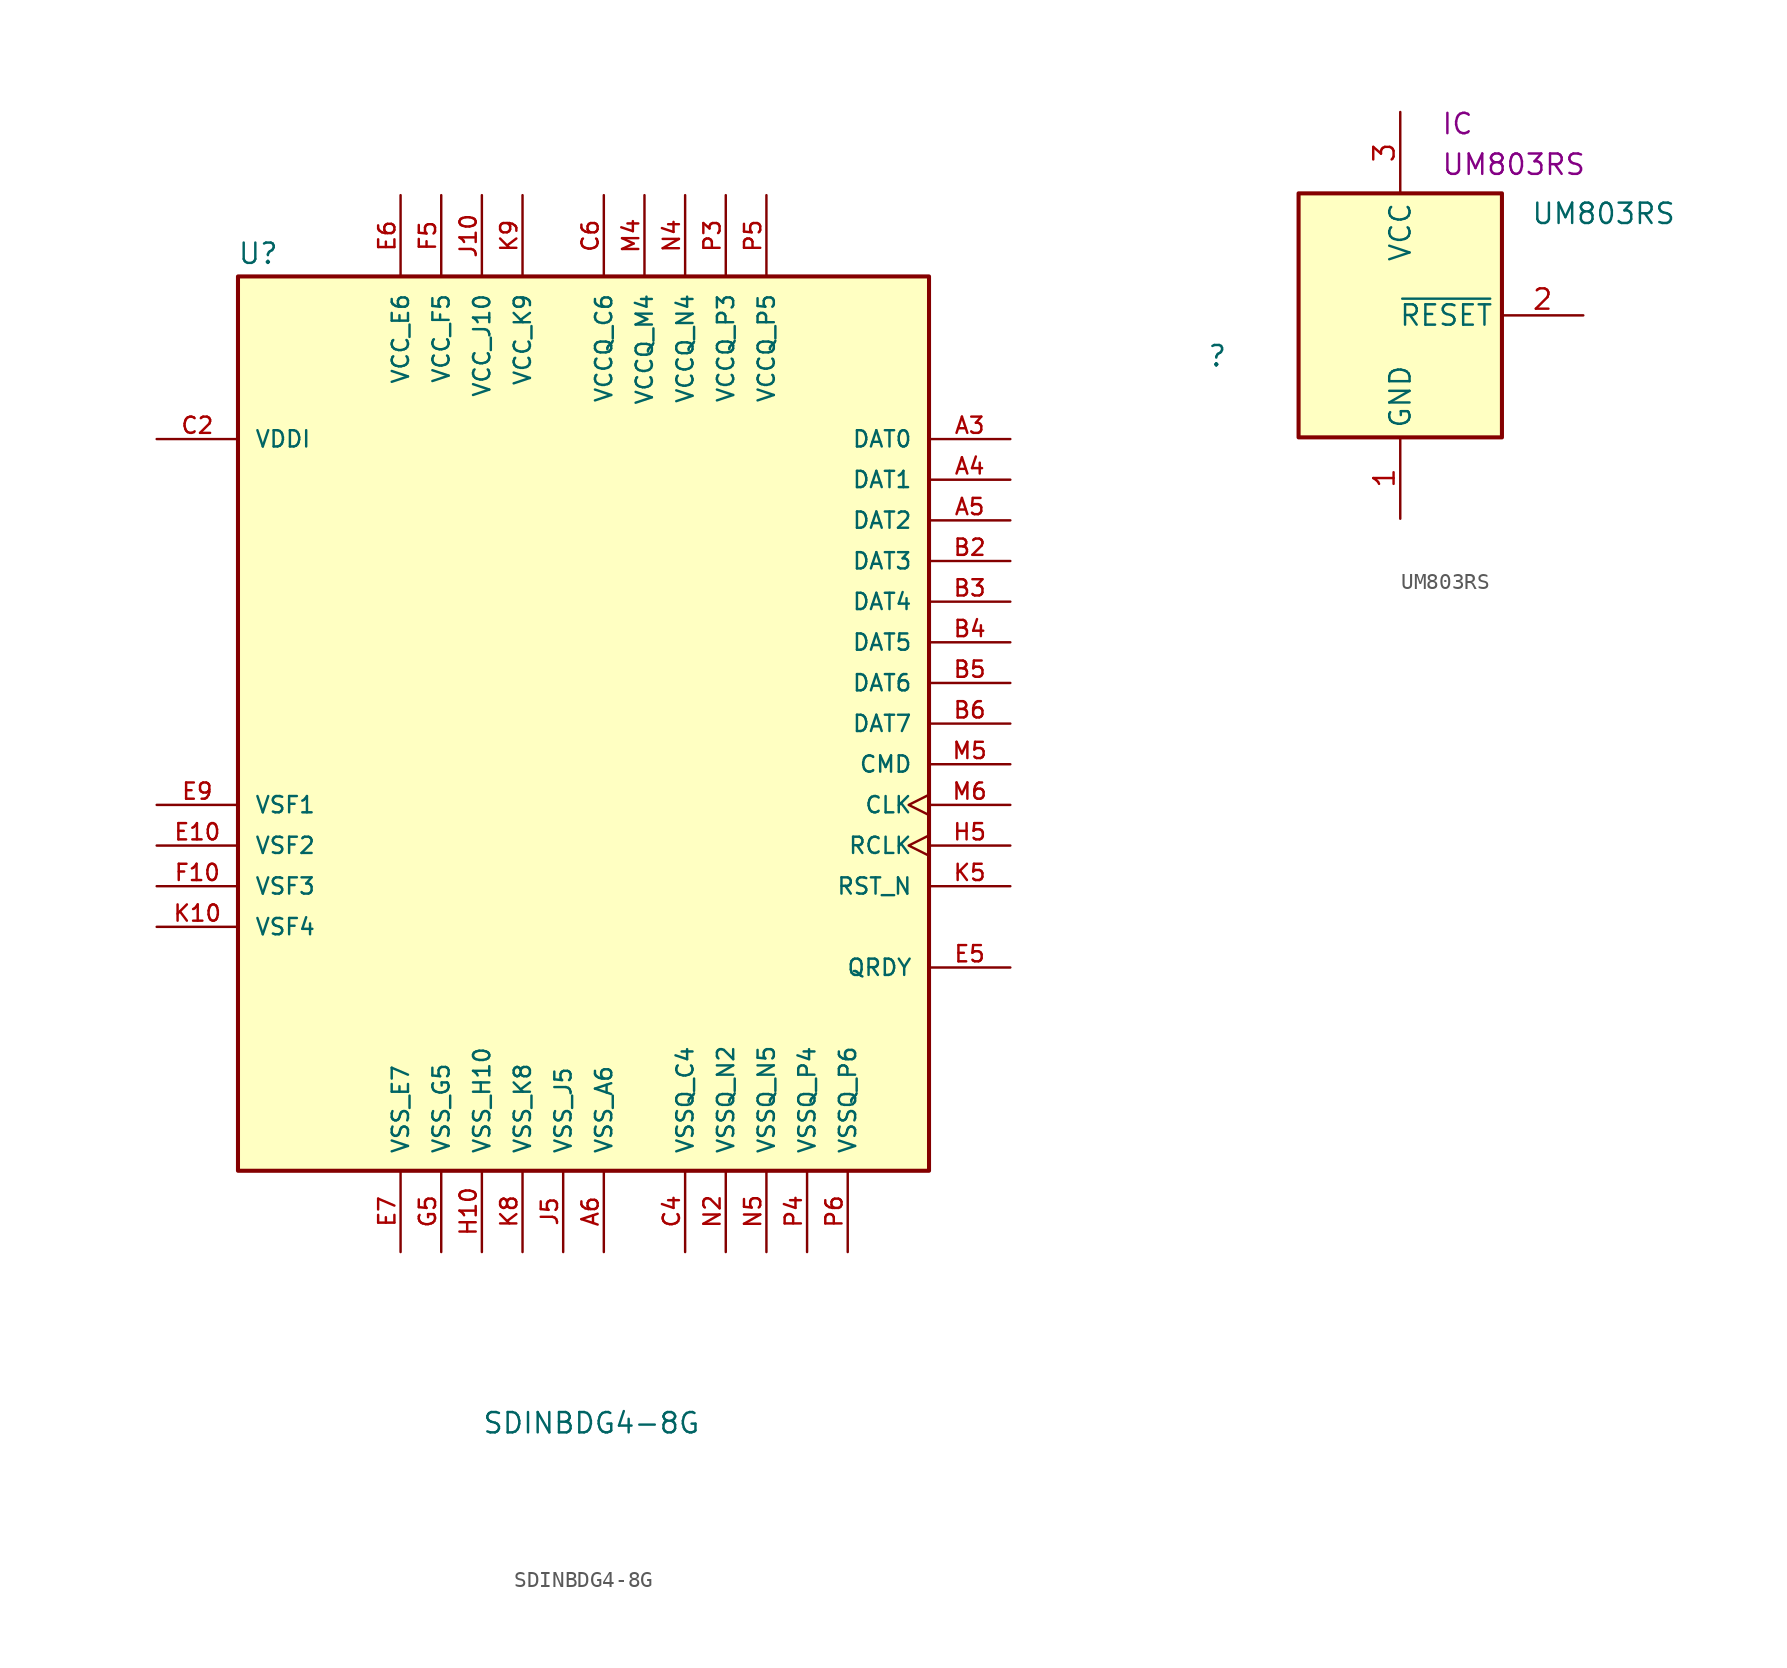
<source format=kicad_sym>
(kicad_symbol_lib
  (version 20211014)
  (generator kicad_symbol_editor)
  (symbol "SDINBDG4-8G"
    (pin_names
      (offset 1.016))
    (property "Reference" "U"
      (at -22.905 28.625 0)
      (effects (font (size 1.27 1.27)) (justify left bottom)))
    (property "Value" "SDINBDG4-8G"
      (at -7.62 -44.45 0)
      (effects (font (size 1.27 1.27)) (justify left bottom)))
    (symbol "SDINBDG4-8G_0_0"
      (rectangle (start -22.86 27.94) (end 20.32 -27.94) (stroke (width 0.254) (type default) (color 0 0 0 0)) (fill (type background)))
      (pin bidirectional line (at 25.4 17.78 180) (length 5.08) (name "DAT0" (effects (font (size 1.016 1.016)))) (number "A3" (effects (font (size 1.016 1.016)))))
      (pin bidirectional line (at 25.4 15.24 180) (length 5.08) (name "DAT1" (effects (font (size 1.016 1.016)))) (number "A4" (effects (font (size 1.016 1.016)))))
      (pin bidirectional line (at 25.4 12.7 180) (length 5.08) (name "DAT2" (effects (font (size 1.016 1.016)))) (number "A5" (effects (font (size 1.016 1.016)))))
      (pin power_in line (at 0 -33.02 90) (length 5.08) (name "VSS_A6" (effects (font (size 1.016 1.016)))) (number "A6" (effects (font (size 1.016 1.016)))))
      (pin bidirectional line (at 25.4 10.16 180) (length 5.08) (name "DAT3" (effects (font (size 1.016 1.016)))) (number "B2" (effects (font (size 1.016 1.016)))))
      (pin bidirectional line (at 25.4 7.62 180) (length 5.08) (name "DAT4" (effects (font (size 1.016 1.016)))) (number "B3" (effects (font (size 1.016 1.016)))))
      (pin bidirectional line (at 25.4 5.08 180) (length 5.08) (name "DAT5" (effects (font (size 1.016 1.016)))) (number "B4" (effects (font (size 1.016 1.016)))))
      (pin bidirectional line (at 25.4 2.54 180) (length 5.08) (name "DAT6" (effects (font (size 1.016 1.016)))) (number "B5" (effects (font (size 1.016 1.016)))))
      (pin bidirectional line (at 25.4 0 180) (length 5.08) (name "DAT7" (effects (font (size 1.016 1.016)))) (number "B6" (effects (font (size 1.016 1.016)))))
      (pin passive line (at -27.94 17.78 0) (length 5.08) (name "VDDI" (effects (font (size 1.016 1.016)))) (number "C2" (effects (font (size 1.016 1.016)))))
      (pin power_in line (at 5.08 -33.02 90) (length 5.08) (name "VSSQ_C4" (effects (font (size 1.016 1.016)))) (number "C4" (effects (font (size 1.016 1.016)))))
      (pin power_in line (at 0 33.02 270) (length 5.08) (name "VCCQ_C6" (effects (font (size 1.016 1.016)))) (number "C6" (effects (font (size 1.016 1.016)))))
      (pin bidirectional line (at -27.94 -7.62 0) (length 5.08) (name "VSF2" (effects (font (size 1.016 1.016)))) (number "E10" (effects (font (size 1.016 1.016)))))
      (pin output line (at 25.4 -15.24 180) (length 5.08) (name "QRDY" (effects (font (size 1.016 1.016)))) (number "E5" (effects (font (size 1.016 1.016)))))
      (pin power_in line (at -12.7 33.02 270) (length 5.08) (name "VCC_E6" (effects (font (size 1.016 1.016)))) (number "E6" (effects (font (size 1.016 1.016)))))
      (pin power_in line (at -12.7 -33.02 90) (length 5.08) (name "VSS_E7" (effects (font (size 1.016 1.016)))) (number "E7" (effects (font (size 1.016 1.016)))))
      (pin bidirectional line (at -27.94 -5.08 0) (length 5.08) (name "VSF1" (effects (font (size 1.016 1.016)))) (number "E9" (effects (font (size 1.016 1.016)))))
      (pin bidirectional line (at -27.94 -10.16 0) (length 5.08) (name "VSF3" (effects (font (size 1.016 1.016)))) (number "F10" (effects (font (size 1.016 1.016)))))
      (pin power_in line (at -10.16 33.02 270) (length 5.08) (name "VCC_F5" (effects (font (size 1.016 1.016)))) (number "F5" (effects (font (size 1.016 1.016)))))
      (pin power_in line (at -10.16 -33.02 90) (length 5.08) (name "VSS_G5" (effects (font (size 1.016 1.016)))) (number "G5" (effects (font (size 1.016 1.016)))))
      (pin power_in line (at -7.62 -33.02 90) (length 5.08) (name "VSS_H10" (effects (font (size 1.016 1.016)))) (number "H10" (effects (font (size 1.016 1.016)))))
      (pin output clock (at 25.4 -7.62 180) (length 5.08) (name "RCLK" (effects (font (size 1.016 1.016)))) (number "H5" (effects (font (size 1.016 1.016)))))
      (pin power_in line (at -7.62 33.02 270) (length 5.08) (name "VCC_J10" (effects (font (size 1.016 1.016)))) (number "J10" (effects (font (size 1.016 1.016)))))
      (pin power_in line (at -2.54 -33.02 90) (length 5.08) (name "VSS_J5" (effects (font (size 1.016 1.016)))) (number "J5" (effects (font (size 1.016 1.016)))))
      (pin bidirectional line (at -27.94 -12.7 0) (length 5.08) (name "VSF4" (effects (font (size 1.016 1.016)))) (number "K10" (effects (font (size 1.016 1.016)))))
      (pin input line (at 25.4 -10.16 180) (length 5.08) (name "RST_N" (effects (font (size 1.016 1.016)))) (number "K5" (effects (font (size 1.016 1.016)))))
      (pin power_in line (at -5.08 -33.02 90) (length 5.08) (name "VSS_K8" (effects (font (size 1.016 1.016)))) (number "K8" (effects (font (size 1.016 1.016)))))
      (pin power_in line (at -5.08 33.02 270) (length 5.08) (name "VCC_K9" (effects (font (size 1.016 1.016)))) (number "K9" (effects (font (size 1.016 1.016)))))
      (pin power_in line (at 2.54 33.02 270) (length 5.08) (name "VCCQ_M4" (effects (font (size 1.016 1.016)))) (number "M4" (effects (font (size 1.016 1.016)))))
      (pin bidirectional line (at 25.4 -2.54 180) (length 5.08) (name "CMD" (effects (font (size 1.016 1.016)))) (number "M5" (effects (font (size 1.016 1.016)))))
      (pin input clock (at 25.4 -5.08 180) (length 5.08) (name "CLK" (effects (font (size 1.016 1.016)))) (number "M6" (effects (font (size 1.016 1.016)))))
      (pin power_in line (at 7.62 -33.02 90) (length 5.08) (name "VSSQ_N2" (effects (font (size 1.016 1.016)))) (number "N2" (effects (font (size 1.016 1.016)))))
      (pin power_in line (at 5.08 33.02 270) (length 5.08) (name "VCCQ_N4" (effects (font (size 1.016 1.016)))) (number "N4" (effects (font (size 1.016 1.016)))))
      (pin power_in line (at 10.16 -33.02 90) (length 5.08) (name "VSSQ_N5" (effects (font (size 1.016 1.016)))) (number "N5" (effects (font (size 1.016 1.016)))))
      (pin power_in line (at 7.62 33.02 270) (length 5.08) (name "VCCQ_P3" (effects (font (size 1.016 1.016)))) (number "P3" (effects (font (size 1.016 1.016)))))
      (pin power_in line (at 12.7 -33.02 90) (length 5.08) (name "VSSQ_P4" (effects (font (size 1.016 1.016)))) (number "P4" (effects (font (size 1.016 1.016)))))
      (pin power_in line (at 10.16 33.02 270) (length 5.08) (name "VCCQ_P5" (effects (font (size 1.016 1.016)))) (number "P5" (effects (font (size 1.016 1.016)))))
      (pin power_in line (at 15.24 -33.02 90) (length 5.08) (name "VSSQ_P6" (effects (font (size 1.016 1.016)))) (number "P6" (effects (font (size 1.016 1.016)))))))
  (symbol "UM803RS"
    (property "Reference" ""
      (at -11.43 -1.27 0)
      (effects (font (size 1.27 1.27))))
    (property "Value" "UM803RS"
      (at 12.7 7.62 0)
      (effects (font (size 1.27 1.27))))
    (property "Reference_1" "IC"
      (at 2.54 13.97 0)
      (effects (font (size 1.27 1.27)) (justify left top)))
    (property "Value_1" "UM803RS"
      (at 2.54 11.43 0)
      (effects (font (size 1.27 1.27)) (justify left top)))
    (symbol "UM803RS_1_1"
      (rectangle (start -6.35 8.89) (end 6.35 -6.35) (stroke (width 0.254) (type default) (color 0 0 0 0)) (fill (type background)))
      (pin power_in line (at 0 -11.43 90) (length 5.08) (name "GND" (effects (font (size 1.27 1.27)))) (number "1" (effects (font (size 1.27 1.27)))))
      (pin passive line (at 11.43 1.27 180) (length 5.08) (name "~{RESET}" (effects (font (size 1.27 1.27)))) (number "2" (effects (font (size 1.27 1.27)))))
      (pin power_in line (at 0 13.97 270) (length 5.08) (name "VCC" (effects (font (size 1.27 1.27)))) (number "3" (effects (font (size 1.27 1.27))))))))
</source>
